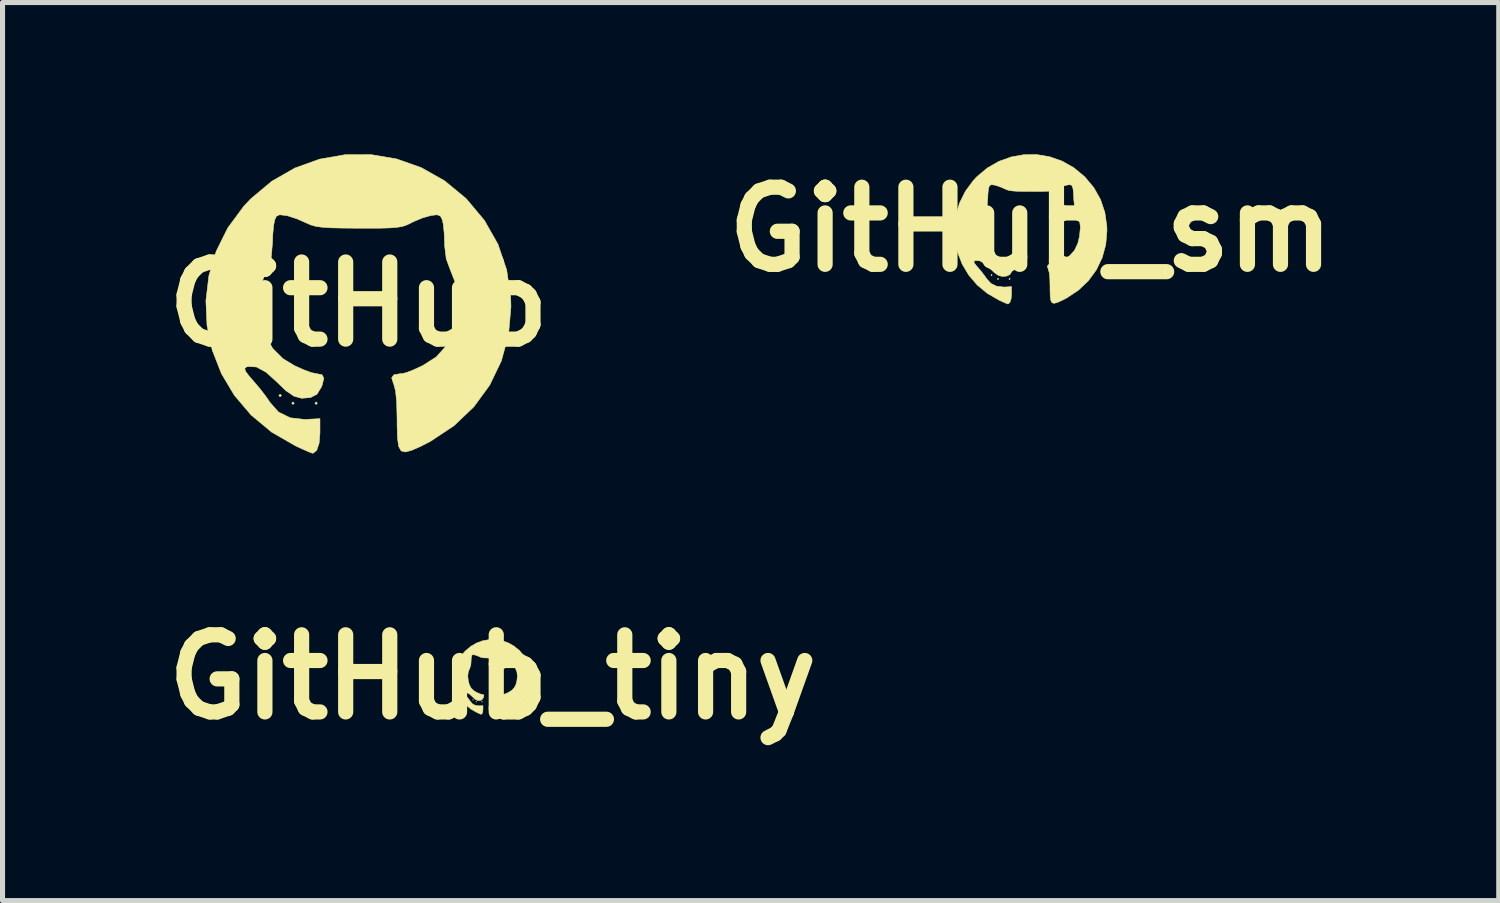
<source format=kicad_pcb>
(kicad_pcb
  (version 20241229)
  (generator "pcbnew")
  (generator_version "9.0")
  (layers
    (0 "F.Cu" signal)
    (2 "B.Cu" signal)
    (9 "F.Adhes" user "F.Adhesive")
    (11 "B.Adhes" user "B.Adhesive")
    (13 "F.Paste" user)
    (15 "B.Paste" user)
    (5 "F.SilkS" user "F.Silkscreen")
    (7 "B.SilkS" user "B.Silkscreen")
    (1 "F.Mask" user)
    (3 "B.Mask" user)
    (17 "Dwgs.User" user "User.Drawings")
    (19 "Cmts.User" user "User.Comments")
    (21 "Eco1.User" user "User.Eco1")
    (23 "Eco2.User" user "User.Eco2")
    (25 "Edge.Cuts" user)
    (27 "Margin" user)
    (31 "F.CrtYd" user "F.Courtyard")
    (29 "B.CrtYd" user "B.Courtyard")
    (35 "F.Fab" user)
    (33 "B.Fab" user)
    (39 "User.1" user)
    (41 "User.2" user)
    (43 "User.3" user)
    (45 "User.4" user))
  (footprint "GitHub_sm"
    (layer "F.Cu")
    (at 17.319 1.484)
    (property "Reference" "GitHub_sm" (at 0 0 0) (layer "F.SilkS") (effects (font (size 1.524 1.524) (thickness 0.3))))
    (attr through_hole)
    (fp_poly (pts (xy -0.762 0.902) (xy -0.775 0.914) (xy -0.787 0.902) (xy -0.775 0.889) (xy -0.762 0.902)) (stroke (width 0.01) (type solid)) (fill yes) (layer "F.SilkS"))
    (fp_poly (pts (xy -0.635 0.978) (xy -0.648 0.991) (xy -0.66 0.978) (xy -0.648 0.965) (xy -0.635 0.978)) (stroke (width 0.01) (type solid)) (fill yes) (layer "F.SilkS"))
    (fp_poly (pts (xy -0.406 0.978) (xy -0.419 0.991) (xy -0.432 0.978) (xy -0.419 0.965) (xy -0.406 0.978)) (stroke (width 0.01) (type solid)) (fill yes) (layer "F.SilkS"))
    (fp_poly (pts (xy 0.376 -1.436) (xy 0.62 -1.35) (xy 0.849 -1.221) (xy 1.058 -1.048) (xy 1.066 -1.041) (xy 1.245 -0.828) (xy 1.378 -0.593) (xy 1.464 -0.338) (xy 1.503 -0.066) (xy 1.506 0.025) (xy 1.482 0.301) (xy 1.411 0.56) (xy 1.296 0.799) (xy 1.139 1.014) (xy 0.943 1.2) (xy 0.71 1.355) (xy 0.615 1.403) (xy 0.526 1.443) (xy 0.463 1.46) (xy 0.421 1.449) (xy 0.397 1.405) (xy 0.385 1.323) (xy 0.381 1.197) (xy 0.381 1.134) (xy 0.377 0.972) (xy 0.366 0.857) (xy 0.347 0.787) (xy 0.345 0.783) (xy 0.327 0.727) (xy 0.349 0.697) (xy 0.414 0.686) (xy 0.43 0.686) (xy 0.474 0.675) (xy 0.547 0.646) (xy 0.634 0.606) (xy 0.768 0.521) (xy 0.864 0.414) (xy 0.93 0.276) (xy 0.964 0.134) (xy 0.981 -0.045) (xy 0.961 -0.2) (xy 0.905 -0.343) (xy 0.866 -0.449) (xy 0.851 -0.581) (xy 0.85 -0.61) (xy 0.846 -0.706) (xy 0.837 -0.789) (xy 0.828 -0.834) (xy 0.808 -0.873) (xy 0.774 -0.884) (xy 0.715 -0.877) (xy 0.632 -0.853) (xy 0.541 -0.815) (xy 0.521 -0.805) (xy 0.479 -0.784) (xy 0.435 -0.769) (xy 0.381 -0.759) (xy 0.306 -0.754) (xy 0.202 -0.751) (xy 0.059 -0.751) (xy 0 -0.751) (xy -0.159 -0.752) (xy -0.277 -0.755) (xy -0.362 -0.761) (xy -0.424 -0.77) (xy -0.473 -0.784) (xy -0.516 -0.803) (xy -0.522 -0.806) (xy -0.609 -0.844) (xy -0.697 -0.872) (xy -0.716 -0.877) (xy -0.779 -0.884) (xy -0.811 -0.87) (xy -0.828 -0.834) (xy -0.839 -0.778) (xy -0.847 -0.691) (xy -0.85 -0.61) (xy -0.862 -0.471) (xy -0.896 -0.361) (xy -0.905 -0.343) (xy -0.962 -0.198) (xy -0.981 -0.043) (xy -0.964 0.134) (xy -0.92 0.304) (xy -0.849 0.435) (xy -0.746 0.538) (xy -0.634 0.606) (xy -0.545 0.647) (xy -0.466 0.675) (xy -0.417 0.686) (xy -0.361 0.696) (xy -0.343 0.73) (xy -0.358 0.797) (xy -0.367 0.819) (xy -0.411 0.889) (xy -0.473 0.921) (xy -0.478 0.922) (xy -0.562 0.929) (xy -0.638 0.909) (xy -0.717 0.855) (xy -0.801 0.774) (xy -0.912 0.673) (xy -1.009 0.62) (xy -1.092 0.615) (xy -1.108 0.62) (xy -1.125 0.635) (xy -1.115 0.664) (xy -1.076 0.716) (xy -1.038 0.759) (xy -0.97 0.84) (xy -0.909 0.92) (xy -0.876 0.968) (xy -0.791 1.065) (xy -0.675 1.122) (xy -0.531 1.138) (xy -0.514 1.138) (xy -0.381 1.13) (xy -0.381 1.271) (xy -0.389 1.374) (xy -0.413 1.443) (xy -0.448 1.472) (xy -0.456 1.472) (xy -0.484 1.461) (xy -0.545 1.435) (xy -0.622 1.4) (xy -0.859 1.263) (xy -1.061 1.095) (xy -1.227 0.9) (xy -1.355 0.685) (xy -1.445 0.454) (xy -1.497 0.212) (xy -1.508 -0.035) (xy -1.478 -0.282) (xy -1.407 -0.523) (xy -1.292 -0.754) (xy -1.134 -0.968) (xy -1.066 -1.041) (xy -0.858 -1.215) (xy -0.629 -1.346) (xy -0.385 -1.433) (xy -0.133 -1.478) (xy 0.123 -1.479) (xy 0.376 -1.436)) (stroke (width 0.01) (type solid)) (fill yes) (layer "F.SilkS")))
  (footprint "GitHub"
    (layer "F.Cu")
    (at 4.035 2.962)
    (property "Reference" "GitHub" (at 0 0 0) (layer "F.SilkS") (effects (font (size 1.524 1.524) (thickness 0.3))))
    (attr through_hole)
    (fp_poly (pts (xy -1.524 1.803) (xy -1.549 1.829) (xy -1.575 1.803) (xy -1.549 1.778) (xy -1.524 1.803)) (stroke (width 0.01) (type solid)) (fill yes) (layer "F.SilkS"))
    (fp_poly (pts (xy -1.27 1.956) (xy -1.295 1.981) (xy -1.321 1.956) (xy -1.295 1.93) (xy -1.27 1.956)) (stroke (width 0.01) (type solid)) (fill yes) (layer "F.SilkS"))
    (fp_poly (pts (xy -0.813 1.956) (xy -0.838 1.981) (xy -0.864 1.956) (xy -0.838 1.93) (xy -0.813 1.956)) (stroke (width 0.01) (type solid)) (fill yes) (layer "F.SilkS"))
    (fp_poly (pts (xy 0.751 -2.872) (xy 1.239 -2.7) (xy 1.698 -2.441) (xy 2.117 -2.096) (xy 2.132 -2.081) (xy 2.489 -1.655) (xy 2.755 -1.186) (xy 2.928 -0.677) (xy 3.007 -0.131) (xy 3.012 0.051) (xy 2.964 0.602) (xy 2.822 1.121) (xy 2.592 1.599) (xy 2.278 2.028) (xy 1.886 2.401) (xy 1.42 2.71) (xy 1.231 2.807) (xy 1.052 2.886) (xy 0.925 2.92) (xy 0.842 2.898) (xy 0.793 2.81) (xy 0.77 2.646) (xy 0.762 2.394) (xy 0.762 2.267) (xy 0.754 1.944) (xy 0.732 1.715) (xy 0.695 1.575) (xy 0.69 1.566) (xy 0.655 1.455) (xy 0.698 1.394) (xy 0.829 1.372) (xy 0.86 1.372) (xy 0.948 1.35) (xy 1.095 1.293) (xy 1.267 1.213) (xy 1.535 1.042) (xy 1.729 0.827) (xy 1.86 0.552) (xy 1.929 0.268) (xy 1.962 -0.09) (xy 1.923 -0.401) (xy 1.811 -0.686) (xy 1.733 -0.897) (xy 1.701 -1.162) (xy 1.7 -1.219) (xy 1.692 -1.412) (xy 1.675 -1.578) (xy 1.656 -1.668) (xy 1.617 -1.745) (xy 1.548 -1.768) (xy 1.43 -1.753) (xy 1.264 -1.706) (xy 1.082 -1.63) (xy 1.041 -1.609) (xy 0.958 -1.568) (xy 0.87 -1.538) (xy 0.761 -1.519) (xy 0.612 -1.508) (xy 0.404 -1.502) (xy 0.119 -1.502) (xy 0 -1.502) (xy -0.318 -1.505) (xy -0.554 -1.51) (xy -0.724 -1.522) (xy -0.849 -1.54) (xy -0.945 -1.568) (xy -1.032 -1.606) (xy -1.044 -1.612) (xy -1.218 -1.688) (xy -1.395 -1.745) (xy -1.433 -1.753) (xy -1.558 -1.768) (xy -1.622 -1.74) (xy -1.656 -1.668) (xy -1.678 -1.555) (xy -1.694 -1.382) (xy -1.7 -1.219) (xy -1.724 -0.941) (xy -1.793 -0.722) (xy -1.811 -0.686) (xy -1.924 -0.396) (xy -1.962 -0.085) (xy -1.929 0.268) (xy -1.84 0.607) (xy -1.699 0.87) (xy -1.493 1.076) (xy -1.267 1.213) (xy -1.09 1.293) (xy -0.933 1.351) (xy -0.833 1.372) (xy -0.723 1.392) (xy -0.686 1.461) (xy -0.717 1.594) (xy -0.735 1.639) (xy -0.822 1.779) (xy -0.946 1.843) (xy -0.955 1.845) (xy -1.125 1.858) (xy -1.276 1.817) (xy -1.433 1.71) (xy -1.602 1.547) (xy -1.824 1.346) (xy -2.017 1.24) (xy -2.184 1.23) (xy -2.216 1.24) (xy -2.249 1.27) (xy -2.231 1.329) (xy -2.152 1.432) (xy -2.076 1.519) (xy -1.94 1.679) (xy -1.817 1.84) (xy -1.752 1.937) (xy -1.582 2.13) (xy -1.35 2.244) (xy -1.062 2.277) (xy -1.029 2.275) (xy -0.762 2.261) (xy -0.762 2.543) (xy -0.779 2.747) (xy -0.826 2.886) (xy -0.896 2.944) (xy -0.912 2.944) (xy -0.969 2.923) (xy -1.091 2.87) (xy -1.245 2.799) (xy -1.719 2.526) (xy -2.122 2.19) (xy -2.453 1.801) (xy -2.71 1.37) (xy -2.891 0.907) (xy -2.994 0.424) (xy -3.016 -0.07) (xy -2.957 -0.564) (xy -2.813 -1.046) (xy -2.584 -1.508) (xy -2.267 -1.937) (xy -2.132 -2.081) (xy -1.715 -2.43) (xy -1.257 -2.692) (xy -0.77 -2.867) (xy -0.265 -2.955) (xy 0.246 -2.957) (xy 0.751 -2.872)) (stroke (width 0.01) (type solid)) (fill yes) (layer "F.SilkS")))
  (footprint "GitHub_tiny"
    (layer "F.Cu")
    (at 6.684 10.329)
    (property "Reference" "GitHub_tiny" (at 0 0 0) (layer "F.SilkS") (effects (font (size 1.524 1.524) (thickness 0.3))))
    (attr through_hole)
    (fp_poly (pts (xy -0.381 0.451) (xy -0.387 0.457) (xy -0.394 0.451) (xy -0.387 0.445) (xy -0.381 0.451)) (stroke (width 0.01) (type solid)) (fill yes) (layer "F.SilkS"))
    (fp_poly (pts (xy -0.318 0.489) (xy -0.324 0.495) (xy -0.33 0.489) (xy -0.324 0.483) (xy -0.318 0.489)) (stroke (width 0.01) (type solid)) (fill yes) (layer "F.SilkS"))
    (fp_poly (pts (xy -0.203 0.489) (xy -0.21 0.495) (xy -0.216 0.489) (xy -0.21 0.483) (xy -0.203 0.489)) (stroke (width 0.01) (type solid)) (fill yes) (layer "F.SilkS"))
    (fp_poly (pts (xy 0.188 -0.718) (xy 0.31 -0.675) (xy 0.425 -0.61) (xy 0.529 -0.524) (xy 0.533 -0.52) (xy 0.622 -0.414) (xy 0.689 -0.296) (xy 0.732 -0.169) (xy 0.752 -0.033) (xy 0.753 0.013) (xy 0.741 0.151) (xy 0.705 0.28) (xy 0.648 0.4) (xy 0.569 0.507) (xy 0.471 0.6) (xy 0.355 0.678) (xy 0.308 0.702) (xy 0.263 0.721) (xy 0.231 0.73) (xy 0.21 0.724) (xy 0.198 0.703) (xy 0.192 0.661) (xy 0.191 0.599) (xy 0.19 0.567) (xy 0.189 0.486) (xy 0.183 0.429) (xy 0.174 0.394) (xy 0.173 0.391) (xy 0.164 0.364) (xy 0.174 0.348) (xy 0.207 0.343) (xy 0.215 0.343) (xy 0.237 0.337) (xy 0.274 0.323) (xy 0.317 0.303) (xy 0.384 0.26) (xy 0.432 0.207) (xy 0.465 0.138) (xy 0.482 0.067) (xy 0.49 -0.023) (xy 0.481 -0.1) (xy 0.453 -0.171) (xy 0.433 -0.224) (xy 0.425 -0.29) (xy 0.425 -0.305) (xy 0.423 -0.353) (xy 0.419 -0.395) (xy 0.414 -0.417) (xy 0.404 -0.436) (xy 0.387 -0.442) (xy 0.358 -0.438) (xy 0.316 -0.426) (xy 0.271 -0.407) (xy 0.26 -0.402) (xy 0.239 -0.392) (xy 0.218 -0.385) (xy 0.19 -0.38) (xy 0.153 -0.377) (xy 0.101 -0.376) (xy 0.03 -0.375) (xy 0 -0.376) (xy -0.08 -0.376) (xy -0.138 -0.378) (xy -0.181 -0.38) (xy -0.212 -0.385) (xy -0.236 -0.392) (xy -0.258 -0.402) (xy -0.261 -0.403) (xy -0.305 -0.422) (xy -0.349 -0.436) (xy -0.358 -0.438) (xy -0.389 -0.442) (xy -0.405 -0.435) (xy -0.414 -0.417) (xy -0.419 -0.389) (xy -0.424 -0.345) (xy -0.425 -0.305) (xy -0.431 -0.235) (xy -0.448 -0.181) (xy -0.453 -0.171) (xy -0.481 -0.099) (xy -0.49 -0.021) (xy -0.482 0.067) (xy -0.46 0.152) (xy -0.425 0.218) (xy -0.373 0.269) (xy -0.317 0.303) (xy -0.272 0.323) (xy -0.233 0.338) (xy -0.208 0.343) (xy -0.181 0.348) (xy -0.171 0.365) (xy -0.179 0.398) (xy -0.184 0.41) (xy -0.206 0.445) (xy -0.237 0.461) (xy -0.239 0.461) (xy -0.281 0.465) (xy -0.319 0.454) (xy -0.358 0.428) (xy -0.4 0.387) (xy -0.456 0.336) (xy -0.504 0.31) (xy -0.546 0.307) (xy -0.554 0.31) (xy -0.562 0.318) (xy -0.558 0.332) (xy -0.538 0.358) (xy -0.519 0.38) (xy -0.485 0.42) (xy -0.454 0.46) (xy -0.438 0.484) (xy -0.396 0.532) (xy -0.338 0.561) (xy -0.266 0.569) (xy -0.257 0.569) (xy -0.19 0.565) (xy -0.19 0.636) (xy -0.195 0.687) (xy -0.206 0.722) (xy -0.224 0.736) (xy -0.228 0.736) (xy -0.242 0.731) (xy -0.273 0.717) (xy -0.311 0.7) (xy -0.43 0.632) (xy -0.531 0.547) (xy -0.613 0.45) (xy -0.678 0.342) (xy -0.723 0.227) (xy -0.748 0.106) (xy -0.754 -0.018) (xy -0.739 -0.141) (xy -0.703 -0.262) (xy -0.646 -0.377) (xy -0.567 -0.484) (xy -0.533 -0.52) (xy -0.429 -0.607) (xy -0.314 -0.673) (xy -0.193 -0.717) (xy -0.066 -0.739) (xy 0.061 -0.739) (xy 0.188 -0.718)) (stroke (width 0.01) (type solid)) (fill yes) (layer "F.SilkS")))
  (gr_rect
    (start -3 -3)
    (end 26.567 14.747)
    (stroke (width 0.1) (type default))
    (fill no)
    (layer "Edge.Cuts")))
</source>
